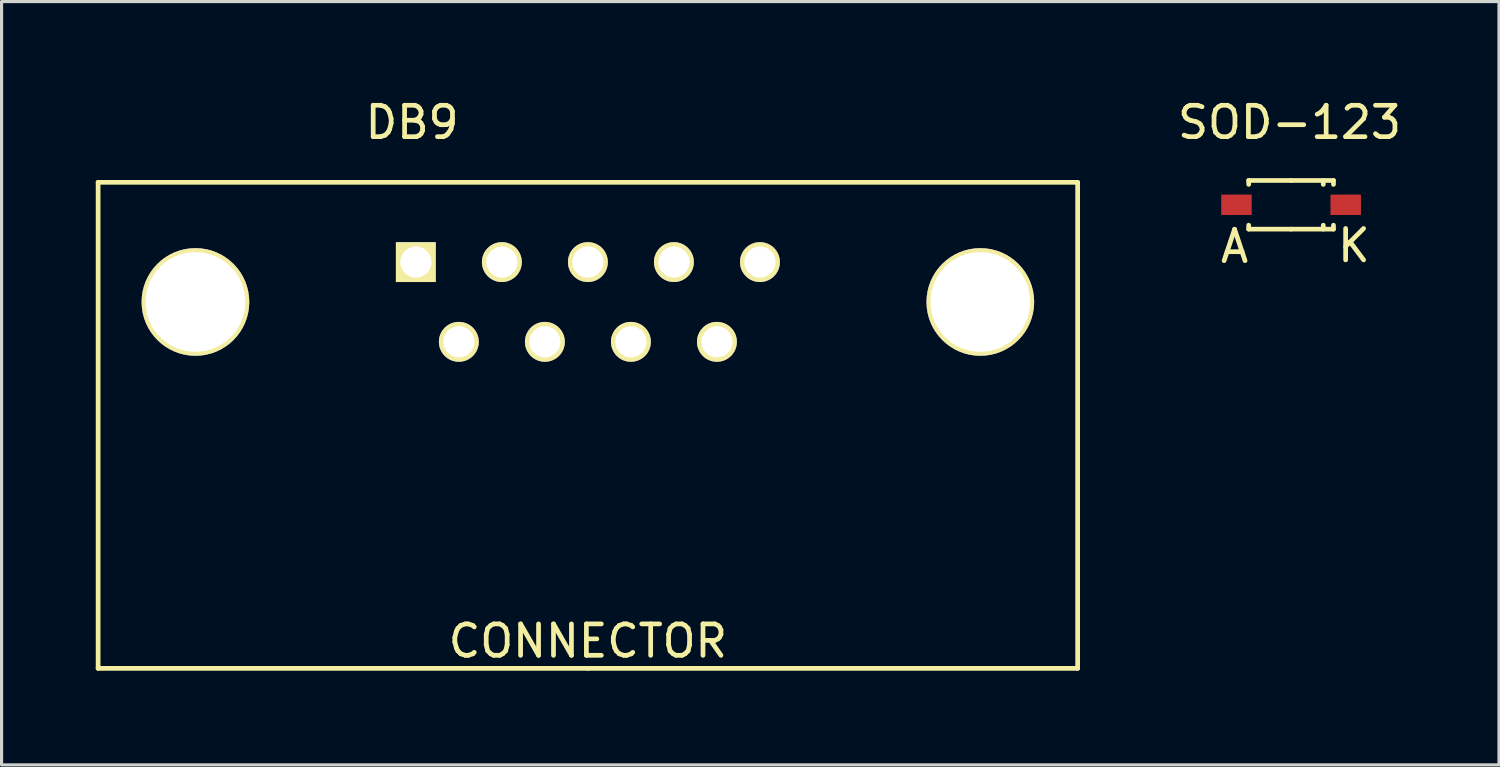
<source format=kicad_pcb>
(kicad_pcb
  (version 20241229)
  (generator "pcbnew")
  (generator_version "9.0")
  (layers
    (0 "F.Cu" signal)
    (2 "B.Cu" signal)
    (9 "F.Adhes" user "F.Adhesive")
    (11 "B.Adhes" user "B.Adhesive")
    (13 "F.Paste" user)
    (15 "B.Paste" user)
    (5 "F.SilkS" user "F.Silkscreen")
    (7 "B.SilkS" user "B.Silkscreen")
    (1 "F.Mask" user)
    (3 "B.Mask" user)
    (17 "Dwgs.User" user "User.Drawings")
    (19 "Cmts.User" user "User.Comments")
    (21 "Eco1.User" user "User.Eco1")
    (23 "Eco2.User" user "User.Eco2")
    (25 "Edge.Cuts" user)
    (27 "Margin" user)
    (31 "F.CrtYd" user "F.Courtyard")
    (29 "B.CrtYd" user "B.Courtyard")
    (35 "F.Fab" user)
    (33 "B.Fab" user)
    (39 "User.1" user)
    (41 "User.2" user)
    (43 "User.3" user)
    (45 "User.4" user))
  (footprint "DB9"
    (layer "F.Cu")
    (at 15.675 6.568)
    (property "Reference" "DB9" (at -5.6 -5.72 0) (layer "F.SilkS") (effects (font (size 1 1) (thickness 0.15))))
    (attr through_hole)
    (fp_line (start -15.6 -3.81) (end 15.6 -3.81) (stroke (width 0.15) (type solid)) (layer "F.SilkS"))
    (fp_line (start -15.6 11.67) (end -15.6 -3.81) (stroke (width 0.15) (type solid)) (layer "F.SilkS"))
    (fp_line (start 0 11.67) (end -15.6 11.67) (stroke (width 0.15) (type solid)) (layer "F.SilkS"))
    (fp_line (start 15.6 -3.81) (end 15.6 11.67) (stroke (width 0.15) (type solid)) (layer "F.SilkS"))
    (fp_line (start 15.6 11.67) (end 0 11.67) (stroke (width 0.15) (type solid)) (layer "F.SilkS"))
    (fp_text user "CONNECTOR" (at 0 10.8 0) (layer "F.SilkS") (effects (font (size 1 1) (thickness 0.15))))
    (pad "1" thru_hole rect (at -5.48 -1.27) (size 1.27 1.27) (drill 0.991) (layers "*.Cu" "*.Mask" "F.SilkS"))
    (pad "2" thru_hole circle (at -2.74 -1.27) (size 1.27 1.27) (drill 0.991) (layers "*.Cu" "*.Mask" "F.SilkS"))
    (pad "3" thru_hole circle (at 0 -1.27) (size 1.27 1.27) (drill 0.991) (layers "*.Cu" "*.Mask" "F.SilkS"))
    (pad "4" thru_hole circle (at 2.74 -1.27) (size 1.27 1.27) (drill 0.991) (layers "*.Cu" "*.Mask" "F.SilkS"))
    (pad "5" thru_hole circle (at 5.48 -1.27) (size 1.27 1.27) (drill 0.991) (layers "*.Cu" "*.Mask" "F.SilkS"))
    (pad "6" thru_hole circle (at -4.11 1.27) (size 1.27 1.27) (drill 0.991) (layers "*.Cu" "*.Mask" "F.SilkS"))
    (pad "7" thru_hole circle (at -1.37 1.27) (size 1.27 1.27) (drill 0.991) (layers "*.Cu" "*.Mask" "F.SilkS"))
    (pad "8" thru_hole circle (at 1.37 1.27) (size 1.27 1.27) (drill 0.991) (layers "*.Cu" "*.Mask" "F.SilkS"))
    (pad "9" thru_hole circle (at 4.11 1.27) (size 1.27 1.27) (drill 0.991) (layers "*.Cu" "*.Mask" "F.SilkS"))
    (pad "GND" thru_hole circle (at -12.5 0) (size 3.429 3.429) (drill 3.175) (layers "*.Cu" "*.Mask" "F.SilkS"))
    (pad "GND" thru_hole circle (at 12.5 0) (size 3.429 3.429) (drill 3.175) (layers "*.Cu" "*.Mask" "F.SilkS")))
  (footprint "SOD-123"
    (layer "F.Cu")
    (at 38.073 3.473)
    (property "Reference" "SOD-123" (at -0.05 -2.625 0) (layer "F.SilkS") (effects (font (size 1 1) (thickness 0.15))))
    (attr through_hole)
    (fp_line (start -1.35 -0.775) (end -1.35 -0.65) (stroke (width 0.15) (type solid)) (layer "F.SilkS"))
    (fp_line (start -1.35 0.775) (end -1.35 0.65) (stroke (width 0.15) (type solid)) (layer "F.SilkS"))
    (fp_line (start 0 -0.775) (end -1.35 -0.775) (stroke (width 0.15) (type solid)) (layer "F.SilkS"))
    (fp_line (start 0 -0.775) (end 1.35 -0.775) (stroke (width 0.15) (type solid)) (layer "F.SilkS"))
    (fp_line (start 0 0.775) (end -1.35 0.775) (stroke (width 0.15) (type solid)) (layer "F.SilkS"))
    (fp_line (start 0 0.775) (end 1.35 0.775) (stroke (width 0.15) (type solid)) (layer "F.SilkS"))
    (fp_line (start 1.025 -0.775) (end 1.025 -0.65) (stroke (width 0.15) (type solid)) (layer "F.SilkS"))
    (fp_line (start 1.025 0.775) (end 1.025 0.65) (stroke (width 0.15) (type solid)) (layer "F.SilkS"))
    (fp_line (start 1.35 -0.775) (end 1.35 -0.65) (stroke (width 0.15) (type solid)) (layer "F.SilkS"))
    (fp_line (start 1.35 0.775) (end 1.35 0.65) (stroke (width 0.15) (type solid)) (layer "F.SilkS"))
    (fp_text user "A" (at -1.8 1.325 0) (layer "F.SilkS") (effects (font (size 1 1) (thickness 0.15))))
    (fp_text user "K" (at 2 1.3 0) (layer "F.SilkS") (effects (font (size 1 1) (thickness 0.15))))
    (pad "1" smd rect (at -1.74 0) (size 0.97 0.65) (layers "F.Cu" "F.Mask" "F.Paste"))
    (pad "2" smd rect (at 1.74 0) (size 0.97 0.65) (layers "F.Cu" "F.Mask" "F.Paste")))
  (gr_rect
    (start -3 -3)
    (end 44.695 21.313)
    (stroke (width 0.1) (type default))
    (fill no)
    (layer "Edge.Cuts")))
</source>
